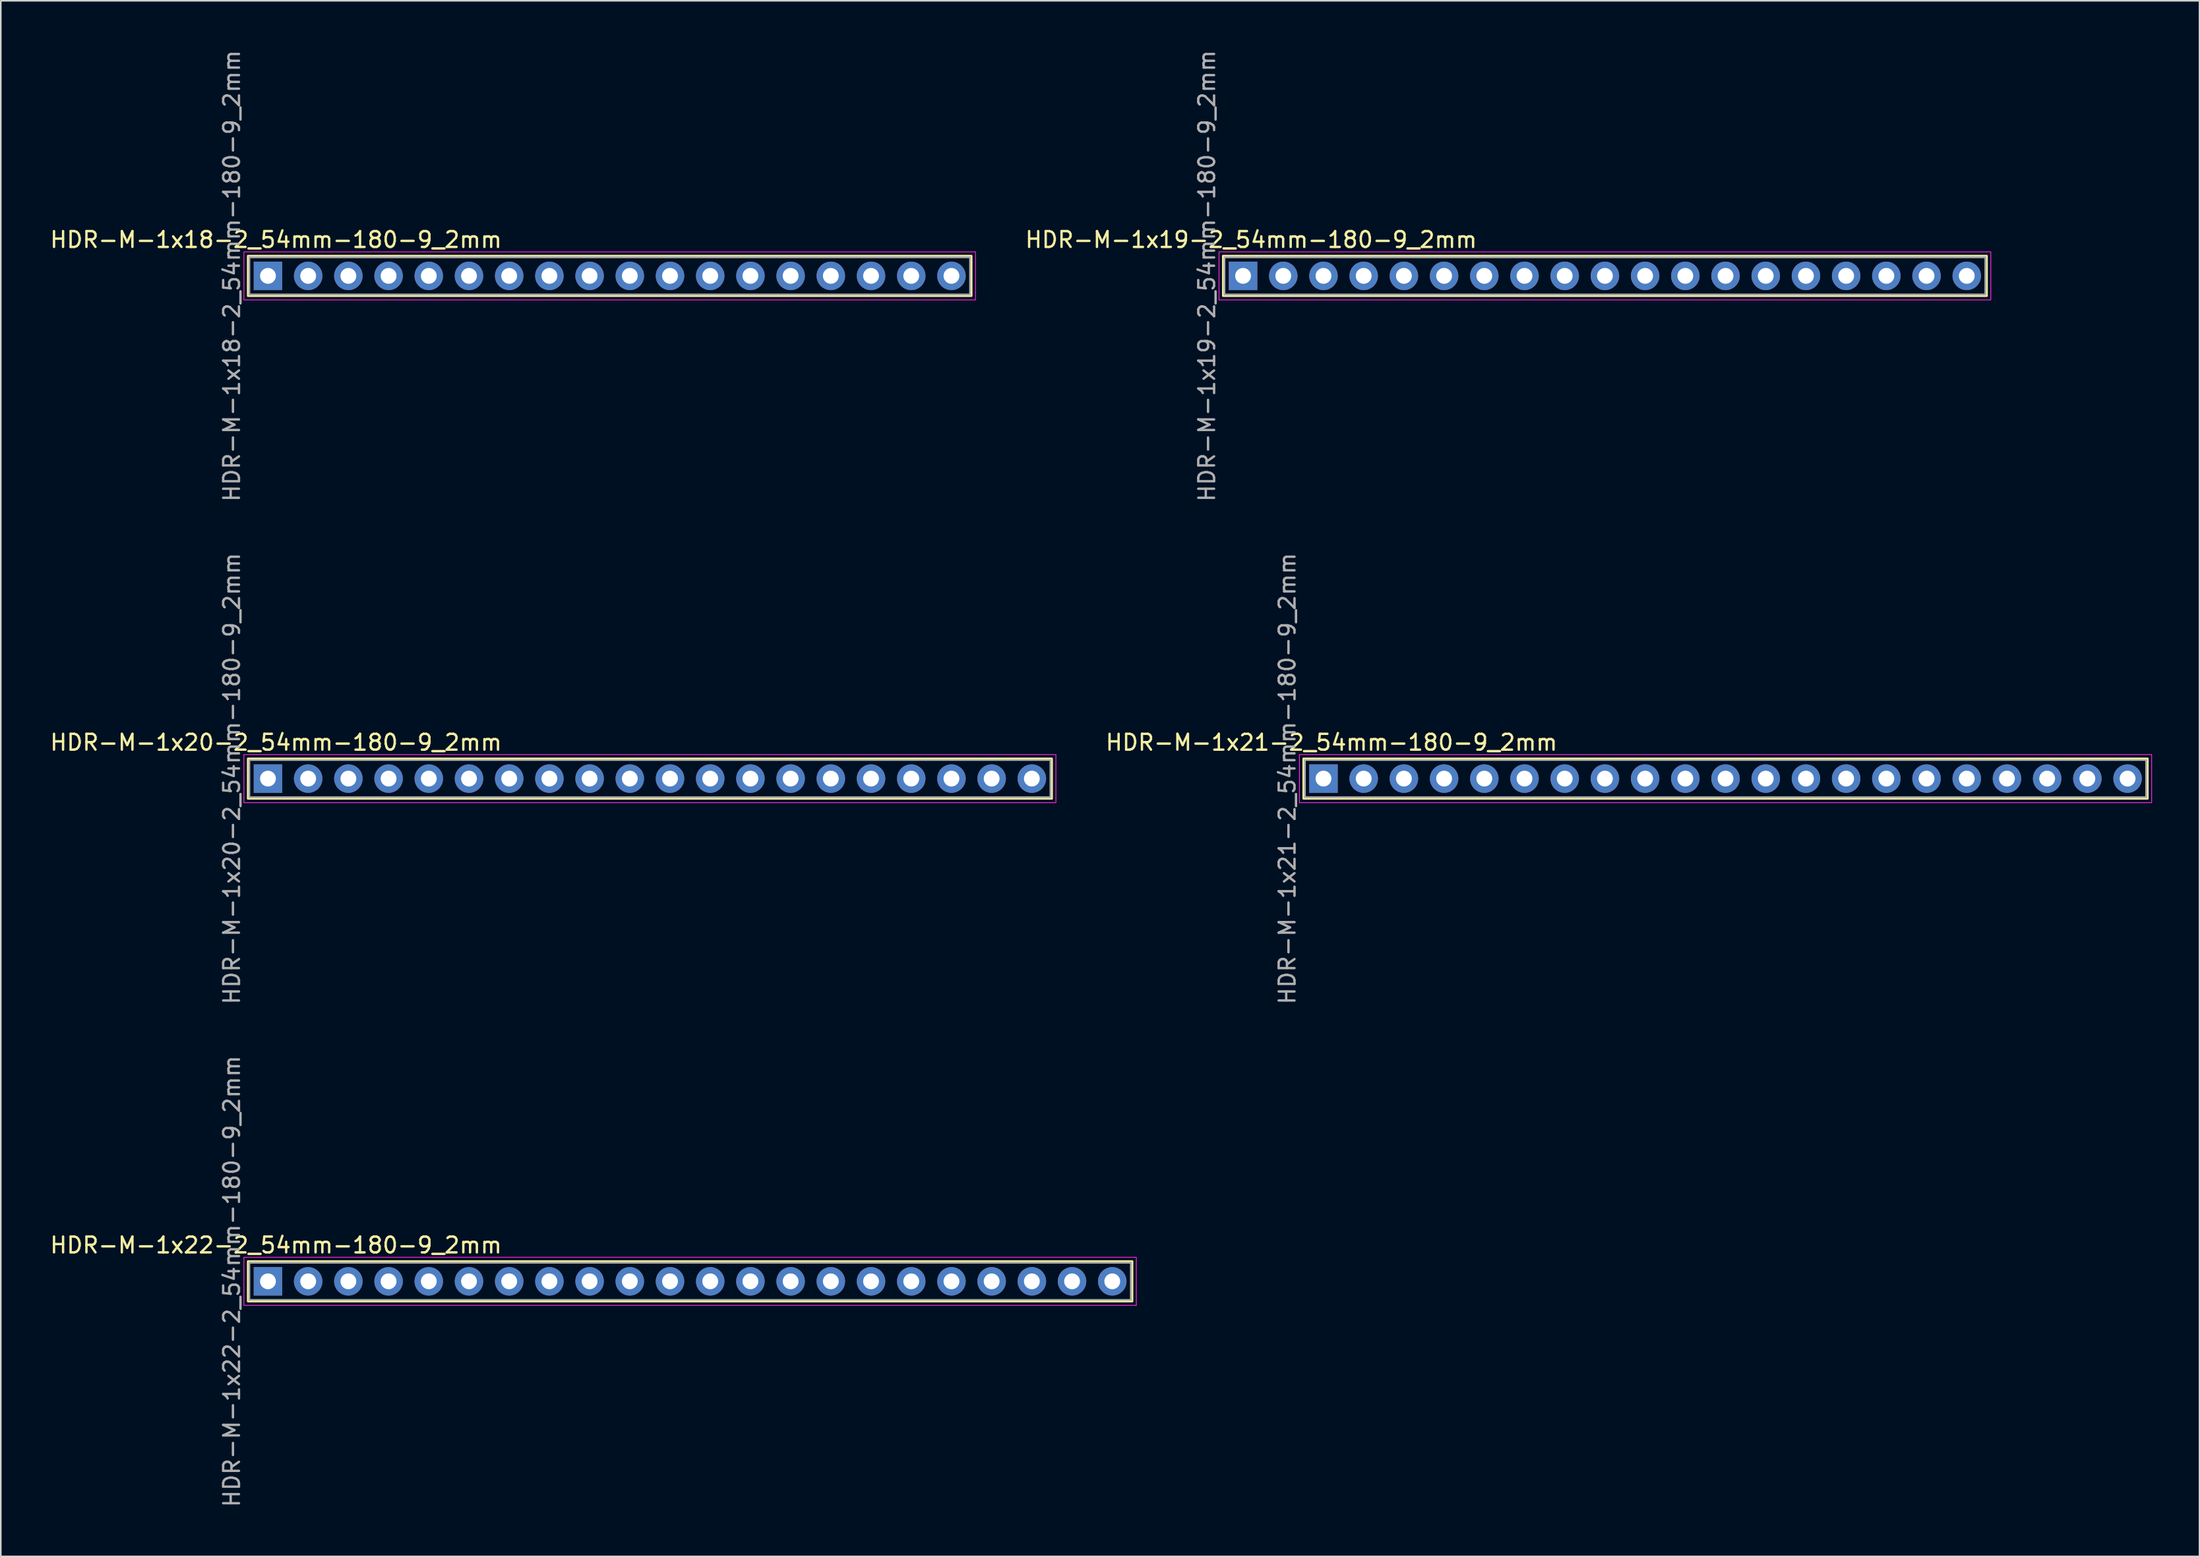
<source format=kicad_pcb>
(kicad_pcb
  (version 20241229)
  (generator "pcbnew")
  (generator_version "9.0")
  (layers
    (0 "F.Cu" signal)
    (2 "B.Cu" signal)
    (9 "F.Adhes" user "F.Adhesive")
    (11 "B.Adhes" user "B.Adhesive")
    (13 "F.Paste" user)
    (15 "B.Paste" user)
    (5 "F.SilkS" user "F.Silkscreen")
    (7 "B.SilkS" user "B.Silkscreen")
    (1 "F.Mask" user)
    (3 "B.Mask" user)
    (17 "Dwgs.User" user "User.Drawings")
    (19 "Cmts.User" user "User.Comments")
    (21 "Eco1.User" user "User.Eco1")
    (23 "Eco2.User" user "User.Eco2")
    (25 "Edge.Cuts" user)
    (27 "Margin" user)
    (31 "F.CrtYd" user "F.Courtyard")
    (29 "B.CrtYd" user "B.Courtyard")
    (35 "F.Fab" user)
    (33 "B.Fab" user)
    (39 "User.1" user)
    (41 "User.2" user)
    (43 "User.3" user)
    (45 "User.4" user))
  (footprint "HDR-M-1x21-2_54mm-180-9_2mm"
    (layer "F.Cu")
    (at 80.563 46.161)
    (property "Reference" "HDR-M-1x21-2_54mm-180-9_2mm" (at 0.508 -2.286 0) (unlocked yes) (layer "F.SilkS") (effects (font (size 1 1) (thickness 0.15))))
    (attr through_hole)
    (fp_rect (start -1.27 -1.27) (end 52.07 1.27) (stroke (width 0.12) (type solid)) (fill no) (layer "F.SilkS"))
    (fp_rect (start -1.52 -1.52) (end 52.32 1.52) (stroke (width 0.05) (type solid)) (fill no) (layer "F.CrtYd"))
    (fp_rect (start -1.17 -1.17) (end 51.97 1.17) (stroke (width 0.1) (type solid)) (fill no) (layer "F.Fab"))
    (fp_text user "${REFERENCE}" (at -2.286 0 90) (unlocked yes) (layer "F.Fab") (effects (font (size 1 1) (thickness 0.15))))
    (pad "1" thru_hole rect (at 0 0) (size 1.8 1.8) (drill 1) (layers "*.Cu" "*.Mask"))
    (pad "2" thru_hole circle (at 2.54 0) (size 1.8 1.8) (drill 1) (layers "*.Cu" "*.Mask"))
    (pad "3" thru_hole circle (at 5.08 0) (size 1.8 1.8) (drill 1) (layers "*.Cu" "*.Mask"))
    (pad "4" thru_hole circle (at 7.62 0) (size 1.8 1.8) (drill 1) (layers "*.Cu" "*.Mask"))
    (pad "5" thru_hole circle (at 10.16 0) (size 1.8 1.8) (drill 1) (layers "*.Cu" "*.Mask"))
    (pad "6" thru_hole circle (at 12.7 0) (size 1.8 1.8) (drill 1) (layers "*.Cu" "*.Mask"))
    (pad "7" thru_hole circle (at 15.24 0) (size 1.8 1.8) (drill 1) (layers "*.Cu" "*.Mask"))
    (pad "8" thru_hole circle (at 17.78 0) (size 1.8 1.8) (drill 1) (layers "*.Cu" "*.Mask"))
    (pad "9" thru_hole circle (at 20.32 0) (size 1.8 1.8) (drill 1) (layers "*.Cu" "*.Mask"))
    (pad "10" thru_hole circle (at 22.86 0) (size 1.8 1.8) (drill 1) (layers "*.Cu" "*.Mask"))
    (pad "11" thru_hole circle (at 25.4 0) (size 1.8 1.8) (drill 1) (layers "*.Cu" "*.Mask"))
    (pad "12" thru_hole circle (at 27.94 0) (size 1.8 1.8) (drill 1) (layers "*.Cu" "*.Mask"))
    (pad "13" thru_hole circle (at 30.48 0) (size 1.8 1.8) (drill 1) (layers "*.Cu" "*.Mask"))
    (pad "14" thru_hole circle (at 33.02 0) (size 1.8 1.8) (drill 1) (layers "*.Cu" "*.Mask"))
    (pad "15" thru_hole circle (at 35.56 0) (size 1.8 1.8) (drill 1) (layers "*.Cu" "*.Mask"))
    (pad "16" thru_hole circle (at 38.1 0) (size 1.8 1.8) (drill 1) (layers "*.Cu" "*.Mask"))
    (pad "17" thru_hole circle (at 40.64 0) (size 1.8 1.8) (drill 1) (layers "*.Cu" "*.Mask"))
    (pad "18" thru_hole circle (at 43.18 0) (size 1.8 1.8) (drill 1) (layers "*.Cu" "*.Mask"))
    (pad "19" thru_hole circle (at 45.72 0) (size 1.8 1.8) (drill 1) (layers "*.Cu" "*.Mask"))
    (pad "20" thru_hole circle (at 48.26 0) (size 1.8 1.8) (drill 1) (layers "*.Cu" "*.Mask"))
    (pad "21" thru_hole circle (at 50.8 0) (size 1.8 1.8) (drill 1) (layers "*.Cu" "*.Mask")))
  (footprint "HDR-M-1x19-2_54mm-180-9_2mm"
    (layer "F.Cu")
    (at 75.483 14.387)
    (property "Reference" "HDR-M-1x19-2_54mm-180-9_2mm" (at 0.508 -2.286 0) (unlocked yes) (layer "F.SilkS") (effects (font (size 1 1) (thickness 0.15))))
    (attr through_hole)
    (fp_rect (start -1.27 -1.27) (end 46.99 1.27) (stroke (width 0.12) (type solid)) (fill no) (layer "F.SilkS"))
    (fp_rect (start -1.52 -1.52) (end 47.24 1.52) (stroke (width 0.05) (type solid)) (fill no) (layer "F.CrtYd"))
    (fp_rect (start -1.17 -1.17) (end 46.89 1.17) (stroke (width 0.1) (type solid)) (fill no) (layer "F.Fab"))
    (fp_text user "${REFERENCE}" (at -2.286 0 90) (unlocked yes) (layer "F.Fab") (effects (font (size 1 1) (thickness 0.15))))
    (pad "1" thru_hole rect (at 0 0) (size 1.8 1.8) (drill 1) (layers "*.Cu" "*.Mask"))
    (pad "2" thru_hole circle (at 2.54 0) (size 1.8 1.8) (drill 1) (layers "*.Cu" "*.Mask"))
    (pad "3" thru_hole circle (at 5.08 0) (size 1.8 1.8) (drill 1) (layers "*.Cu" "*.Mask"))
    (pad "4" thru_hole circle (at 7.62 0) (size 1.8 1.8) (drill 1) (layers "*.Cu" "*.Mask"))
    (pad "5" thru_hole circle (at 10.16 0) (size 1.8 1.8) (drill 1) (layers "*.Cu" "*.Mask"))
    (pad "6" thru_hole circle (at 12.7 0) (size 1.8 1.8) (drill 1) (layers "*.Cu" "*.Mask"))
    (pad "7" thru_hole circle (at 15.24 0) (size 1.8 1.8) (drill 1) (layers "*.Cu" "*.Mask"))
    (pad "8" thru_hole circle (at 17.78 0) (size 1.8 1.8) (drill 1) (layers "*.Cu" "*.Mask"))
    (pad "9" thru_hole circle (at 20.32 0) (size 1.8 1.8) (drill 1) (layers "*.Cu" "*.Mask"))
    (pad "10" thru_hole circle (at 22.86 0) (size 1.8 1.8) (drill 1) (layers "*.Cu" "*.Mask"))
    (pad "11" thru_hole circle (at 25.4 0) (size 1.8 1.8) (drill 1) (layers "*.Cu" "*.Mask"))
    (pad "12" thru_hole circle (at 27.94 0) (size 1.8 1.8) (drill 1) (layers "*.Cu" "*.Mask"))
    (pad "13" thru_hole circle (at 30.48 0) (size 1.8 1.8) (drill 1) (layers "*.Cu" "*.Mask"))
    (pad "14" thru_hole circle (at 33.02 0) (size 1.8 1.8) (drill 1) (layers "*.Cu" "*.Mask"))
    (pad "15" thru_hole circle (at 35.56 0) (size 1.8 1.8) (drill 1) (layers "*.Cu" "*.Mask"))
    (pad "16" thru_hole circle (at 38.1 0) (size 1.8 1.8) (drill 1) (layers "*.Cu" "*.Mask"))
    (pad "17" thru_hole circle (at 40.64 0) (size 1.8 1.8) (drill 1) (layers "*.Cu" "*.Mask"))
    (pad "18" thru_hole circle (at 43.18 0) (size 1.8 1.8) (drill 1) (layers "*.Cu" "*.Mask"))
    (pad "19" thru_hole circle (at 45.72 0) (size 1.8 1.8) (drill 1) (layers "*.Cu" "*.Mask")))
  (footprint "HDR-M-1x22-2_54mm-180-9_2mm"
    (layer "F.Cu")
    (at 13.879 77.935)
    (property "Reference" "HDR-M-1x22-2_54mm-180-9_2mm" (at 0.508 -2.286 0) (unlocked yes) (layer "F.SilkS") (effects (font (size 1 1) (thickness 0.15))))
    (attr through_hole)
    (fp_rect (start -1.27 -1.27) (end 54.61 1.27) (stroke (width 0.12) (type solid)) (fill no) (layer "F.SilkS"))
    (fp_rect (start -1.52 -1.52) (end 54.86 1.52) (stroke (width 0.05) (type solid)) (fill no) (layer "F.CrtYd"))
    (fp_rect (start -1.17 -1.17) (end 54.51 1.17) (stroke (width 0.1) (type solid)) (fill no) (layer "F.Fab"))
    (fp_text user "${REFERENCE}" (at -2.286 0 90) (unlocked yes) (layer "F.Fab") (effects (font (size 1 1) (thickness 0.15))))
    (pad "1" thru_hole rect (at 0 0) (size 1.8 1.8) (drill 1) (layers "*.Cu" "*.Mask"))
    (pad "2" thru_hole circle (at 2.54 0) (size 1.8 1.8) (drill 1) (layers "*.Cu" "*.Mask"))
    (pad "3" thru_hole circle (at 5.08 0) (size 1.8 1.8) (drill 1) (layers "*.Cu" "*.Mask"))
    (pad "4" thru_hole circle (at 7.62 0) (size 1.8 1.8) (drill 1) (layers "*.Cu" "*.Mask"))
    (pad "5" thru_hole circle (at 10.16 0) (size 1.8 1.8) (drill 1) (layers "*.Cu" "*.Mask"))
    (pad "6" thru_hole circle (at 12.7 0) (size 1.8 1.8) (drill 1) (layers "*.Cu" "*.Mask"))
    (pad "7" thru_hole circle (at 15.24 0) (size 1.8 1.8) (drill 1) (layers "*.Cu" "*.Mask"))
    (pad "8" thru_hole circle (at 17.78 0) (size 1.8 1.8) (drill 1) (layers "*.Cu" "*.Mask"))
    (pad "9" thru_hole circle (at 20.32 0) (size 1.8 1.8) (drill 1) (layers "*.Cu" "*.Mask"))
    (pad "10" thru_hole circle (at 22.86 0) (size 1.8 1.8) (drill 1) (layers "*.Cu" "*.Mask"))
    (pad "11" thru_hole circle (at 25.4 0) (size 1.8 1.8) (drill 1) (layers "*.Cu" "*.Mask"))
    (pad "12" thru_hole circle (at 27.94 0) (size 1.8 1.8) (drill 1) (layers "*.Cu" "*.Mask"))
    (pad "13" thru_hole circle (at 30.48 0) (size 1.8 1.8) (drill 1) (layers "*.Cu" "*.Mask"))
    (pad "14" thru_hole circle (at 33.02 0) (size 1.8 1.8) (drill 1) (layers "*.Cu" "*.Mask"))
    (pad "15" thru_hole circle (at 35.56 0) (size 1.8 1.8) (drill 1) (layers "*.Cu" "*.Mask"))
    (pad "16" thru_hole circle (at 38.1 0) (size 1.8 1.8) (drill 1) (layers "*.Cu" "*.Mask"))
    (pad "17" thru_hole circle (at 40.64 0) (size 1.8 1.8) (drill 1) (layers "*.Cu" "*.Mask"))
    (pad "18" thru_hole circle (at 43.18 0) (size 1.8 1.8) (drill 1) (layers "*.Cu" "*.Mask"))
    (pad "19" thru_hole circle (at 45.72 0) (size 1.8 1.8) (drill 1) (layers "*.Cu" "*.Mask"))
    (pad "20" thru_hole circle (at 48.26 0) (size 1.8 1.8) (drill 1) (layers "*.Cu" "*.Mask"))
    (pad "21" thru_hole circle (at 50.8 0) (size 1.8 1.8) (drill 1) (layers "*.Cu" "*.Mask"))
    (pad "22" thru_hole circle (at 53.34 0) (size 1.8 1.8) (drill 1) (layers "*.Cu" "*.Mask")))
  (footprint "HDR-M-1x18-2_54mm-180-9_2mm"
    (layer "F.Cu")
    (at 13.879 14.387)
    (property "Reference" "HDR-M-1x18-2_54mm-180-9_2mm" (at 0.508 -2.286 0) (unlocked yes) (layer "F.SilkS") (effects (font (size 1 1) (thickness 0.15))))
    (attr through_hole)
    (fp_rect (start -1.27 -1.27) (end 44.45 1.27) (stroke (width 0.12) (type solid)) (fill no) (layer "F.SilkS"))
    (fp_rect (start -1.52 -1.52) (end 44.7 1.52) (stroke (width 0.05) (type solid)) (fill no) (layer "F.CrtYd"))
    (fp_rect (start -1.17 -1.17) (end 44.35 1.17) (stroke (width 0.1) (type solid)) (fill no) (layer "F.Fab"))
    (fp_text user "${REFERENCE}" (at -2.286 0 90) (unlocked yes) (layer "F.Fab") (effects (font (size 1 1) (thickness 0.15))))
    (pad "1" thru_hole rect (at 0 0) (size 1.8 1.8) (drill 1) (layers "*.Cu" "*.Mask"))
    (pad "2" thru_hole circle (at 2.54 0) (size 1.8 1.8) (drill 1) (layers "*.Cu" "*.Mask"))
    (pad "3" thru_hole circle (at 5.08 0) (size 1.8 1.8) (drill 1) (layers "*.Cu" "*.Mask"))
    (pad "4" thru_hole circle (at 7.62 0) (size 1.8 1.8) (drill 1) (layers "*.Cu" "*.Mask"))
    (pad "5" thru_hole circle (at 10.16 0) (size 1.8 1.8) (drill 1) (layers "*.Cu" "*.Mask"))
    (pad "6" thru_hole circle (at 12.7 0) (size 1.8 1.8) (drill 1) (layers "*.Cu" "*.Mask"))
    (pad "7" thru_hole circle (at 15.24 0) (size 1.8 1.8) (drill 1) (layers "*.Cu" "*.Mask"))
    (pad "8" thru_hole circle (at 17.78 0) (size 1.8 1.8) (drill 1) (layers "*.Cu" "*.Mask"))
    (pad "9" thru_hole circle (at 20.32 0) (size 1.8 1.8) (drill 1) (layers "*.Cu" "*.Mask"))
    (pad "10" thru_hole circle (at 22.86 0) (size 1.8 1.8) (drill 1) (layers "*.Cu" "*.Mask"))
    (pad "11" thru_hole circle (at 25.4 0) (size 1.8 1.8) (drill 1) (layers "*.Cu" "*.Mask"))
    (pad "12" thru_hole circle (at 27.94 0) (size 1.8 1.8) (drill 1) (layers "*.Cu" "*.Mask"))
    (pad "13" thru_hole circle (at 30.48 0) (size 1.8 1.8) (drill 1) (layers "*.Cu" "*.Mask"))
    (pad "14" thru_hole circle (at 33.02 0) (size 1.8 1.8) (drill 1) (layers "*.Cu" "*.Mask"))
    (pad "15" thru_hole circle (at 35.56 0) (size 1.8 1.8) (drill 1) (layers "*.Cu" "*.Mask"))
    (pad "16" thru_hole circle (at 38.1 0) (size 1.8 1.8) (drill 1) (layers "*.Cu" "*.Mask"))
    (pad "17" thru_hole circle (at 40.64 0) (size 1.8 1.8) (drill 1) (layers "*.Cu" "*.Mask"))
    (pad "18" thru_hole circle (at 43.18 0) (size 1.8 1.8) (drill 1) (layers "*.Cu" "*.Mask")))
  (footprint "HDR-M-1x20-2_54mm-180-9_2mm"
    (layer "F.Cu")
    (at 13.879 46.161)
    (property "Reference" "HDR-M-1x20-2_54mm-180-9_2mm" (at 0.508 -2.286 0) (unlocked yes) (layer "F.SilkS") (effects (font (size 1 1) (thickness 0.15))))
    (attr through_hole)
    (fp_rect (start -1.27 -1.27) (end 49.53 1.27) (stroke (width 0.12) (type solid)) (fill no) (layer "F.SilkS"))
    (fp_rect (start -1.52 -1.52) (end 49.78 1.52) (stroke (width 0.05) (type solid)) (fill no) (layer "F.CrtYd"))
    (fp_rect (start -1.17 -1.17) (end 49.43 1.17) (stroke (width 0.1) (type solid)) (fill no) (layer "F.Fab"))
    (fp_text user "${REFERENCE}" (at -2.286 0 90) (unlocked yes) (layer "F.Fab") (effects (font (size 1 1) (thickness 0.15))))
    (pad "1" thru_hole rect (at 0 0) (size 1.8 1.8) (drill 1) (layers "*.Cu" "*.Mask"))
    (pad "2" thru_hole circle (at 2.54 0) (size 1.8 1.8) (drill 1) (layers "*.Cu" "*.Mask"))
    (pad "3" thru_hole circle (at 5.08 0) (size 1.8 1.8) (drill 1) (layers "*.Cu" "*.Mask"))
    (pad "4" thru_hole circle (at 7.62 0) (size 1.8 1.8) (drill 1) (layers "*.Cu" "*.Mask"))
    (pad "5" thru_hole circle (at 10.16 0) (size 1.8 1.8) (drill 1) (layers "*.Cu" "*.Mask"))
    (pad "6" thru_hole circle (at 12.7 0) (size 1.8 1.8) (drill 1) (layers "*.Cu" "*.Mask"))
    (pad "7" thru_hole circle (at 15.24 0) (size 1.8 1.8) (drill 1) (layers "*.Cu" "*.Mask"))
    (pad "8" thru_hole circle (at 17.78 0) (size 1.8 1.8) (drill 1) (layers "*.Cu" "*.Mask"))
    (pad "9" thru_hole circle (at 20.32 0) (size 1.8 1.8) (drill 1) (layers "*.Cu" "*.Mask"))
    (pad "10" thru_hole circle (at 22.86 0) (size 1.8 1.8) (drill 1) (layers "*.Cu" "*.Mask"))
    (pad "11" thru_hole circle (at 25.4 0) (size 1.8 1.8) (drill 1) (layers "*.Cu" "*.Mask"))
    (pad "12" thru_hole circle (at 27.94 0) (size 1.8 1.8) (drill 1) (layers "*.Cu" "*.Mask"))
    (pad "13" thru_hole circle (at 30.48 0) (size 1.8 1.8) (drill 1) (layers "*.Cu" "*.Mask"))
    (pad "14" thru_hole circle (at 33.02 0) (size 1.8 1.8) (drill 1) (layers "*.Cu" "*.Mask"))
    (pad "15" thru_hole circle (at 35.56 0) (size 1.8 1.8) (drill 1) (layers "*.Cu" "*.Mask"))
    (pad "16" thru_hole circle (at 38.1 0) (size 1.8 1.8) (drill 1) (layers "*.Cu" "*.Mask"))
    (pad "17" thru_hole circle (at 40.64 0) (size 1.8 1.8) (drill 1) (layers "*.Cu" "*.Mask"))
    (pad "18" thru_hole circle (at 43.18 0) (size 1.8 1.8) (drill 1) (layers "*.Cu" "*.Mask"))
    (pad "19" thru_hole circle (at 45.72 0) (size 1.8 1.8) (drill 1) (layers "*.Cu" "*.Mask"))
    (pad "20" thru_hole circle (at 48.26 0) (size 1.8 1.8) (drill 1) (layers "*.Cu" "*.Mask")))
  (gr_rect
    (start -3 -3)
    (end 135.908 95.321)
    (stroke (width 0.1) (type default))
    (fill no)
    (layer "Edge.Cuts")))
</source>
